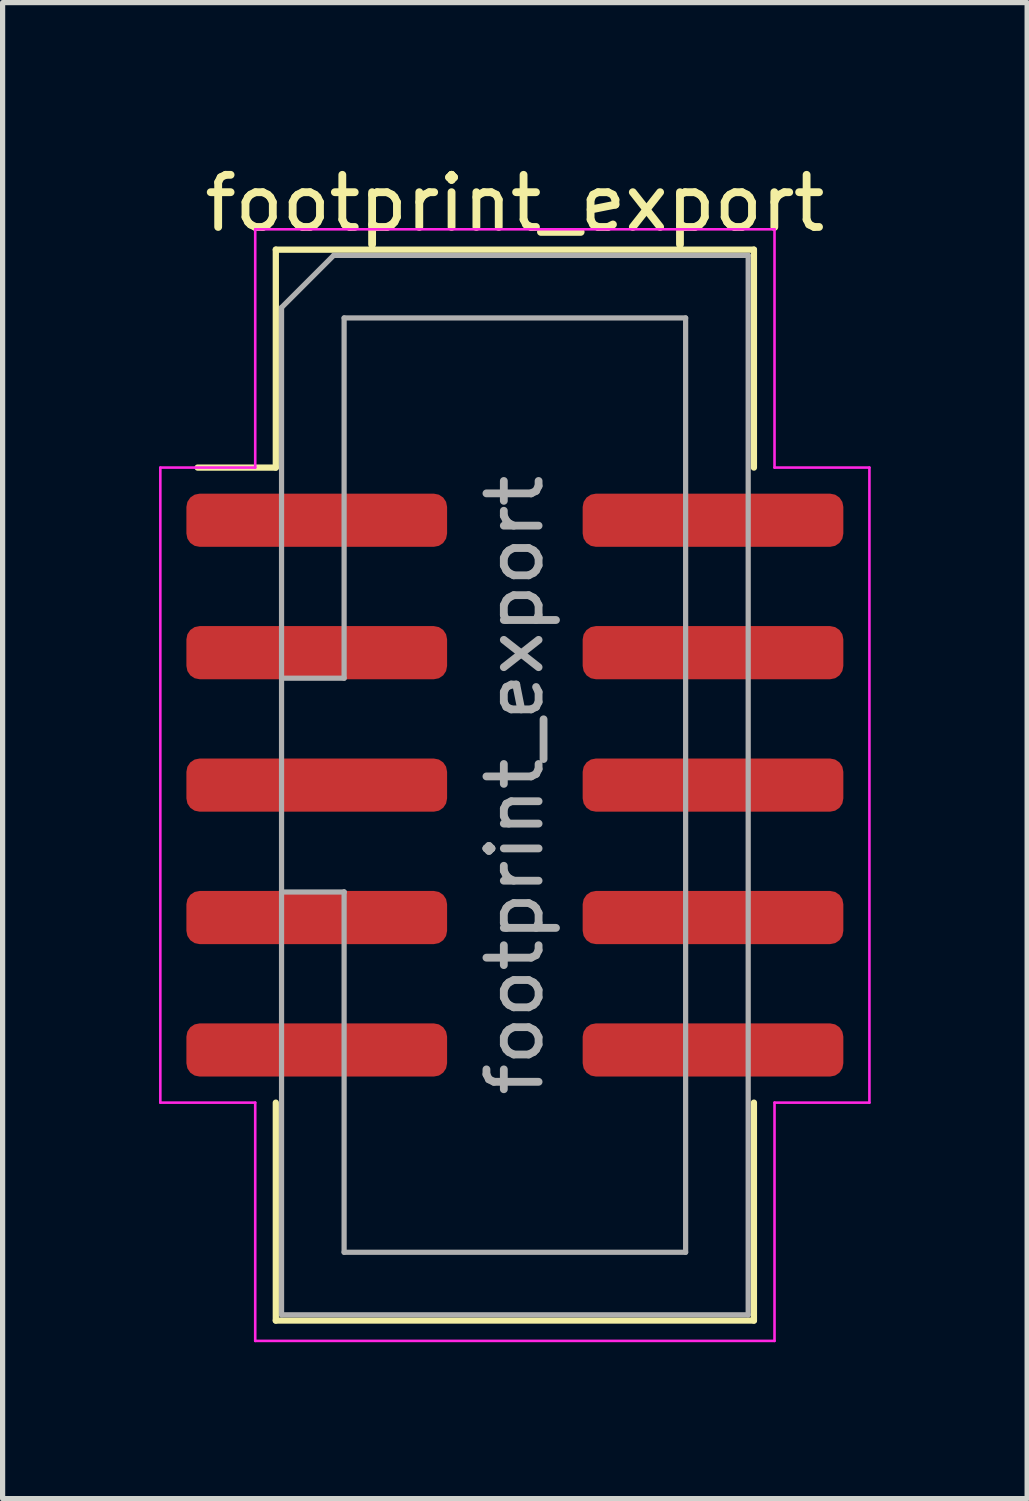
<source format=kicad_pcb>
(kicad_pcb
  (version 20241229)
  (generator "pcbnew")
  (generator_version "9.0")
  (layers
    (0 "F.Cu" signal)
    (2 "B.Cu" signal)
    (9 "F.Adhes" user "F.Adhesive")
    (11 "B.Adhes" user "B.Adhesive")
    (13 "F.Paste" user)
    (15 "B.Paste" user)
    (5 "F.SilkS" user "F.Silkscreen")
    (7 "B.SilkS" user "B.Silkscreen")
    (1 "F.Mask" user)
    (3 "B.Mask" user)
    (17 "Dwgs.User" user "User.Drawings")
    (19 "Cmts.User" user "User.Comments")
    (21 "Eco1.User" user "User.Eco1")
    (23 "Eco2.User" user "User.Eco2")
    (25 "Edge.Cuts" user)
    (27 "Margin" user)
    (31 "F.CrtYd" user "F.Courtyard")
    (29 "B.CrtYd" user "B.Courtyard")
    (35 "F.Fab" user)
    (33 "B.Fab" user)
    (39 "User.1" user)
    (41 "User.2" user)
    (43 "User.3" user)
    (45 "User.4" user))
  (footprint "footprint_export"
    (layer "F.Cu")
    (at 6.825 12.008)
    (property "Reference" "footprint_export" (at 0 -11.16 0) (layer "F.SilkS") (effects (font (size 1 1) (thickness 0.15))))
    (attr smd)
    (fp_line (start -4.585 -10.27) (end 4.585 -10.27) (stroke (width 0.12) (type solid)) (layer "F.SilkS"))
    (fp_line (start -4.585 -6.09) (end -6.085 -6.09) (stroke (width 0.12) (type solid)) (layer "F.SilkS"))
    (fp_line (start -4.585 -6.09) (end -4.585 -10.27) (stroke (width 0.12) (type solid)) (layer "F.SilkS"))
    (fp_line (start -4.585 6.09) (end -4.585 10.27) (stroke (width 0.12) (type solid)) (layer "F.SilkS"))
    (fp_line (start -4.585 10.27) (end 4.585 10.27) (stroke (width 0.12) (type solid)) (layer "F.SilkS"))
    (fp_line (start 4.585 -10.27) (end 4.585 -6.09) (stroke (width 0.12) (type solid)) (layer "F.SilkS"))
    (fp_line (start 4.585 10.27) (end 4.585 6.09) (stroke (width 0.12) (type solid)) (layer "F.SilkS"))
    (fp_line (start -6.8 -6.09) (end -6.8 6.09) (stroke (width 0.05) (type solid)) (layer "F.CrtYd"))
    (fp_line (start -6.8 6.09) (end -4.98 6.09) (stroke (width 0.05) (type solid)) (layer "F.CrtYd"))
    (fp_line (start -4.98 -10.66) (end -4.98 -6.09) (stroke (width 0.05) (type solid)) (layer "F.CrtYd"))
    (fp_line (start -4.98 -6.09) (end -6.8 -6.09) (stroke (width 0.05) (type solid)) (layer "F.CrtYd"))
    (fp_line (start -4.98 6.09) (end -4.98 10.66) (stroke (width 0.05) (type solid)) (layer "F.CrtYd"))
    (fp_line (start -4.98 10.66) (end 4.98 10.66) (stroke (width 0.05) (type solid)) (layer "F.CrtYd"))
    (fp_line (start 4.98 -10.66) (end -4.98 -10.66) (stroke (width 0.05) (type solid)) (layer "F.CrtYd"))
    (fp_line (start 4.98 -6.09) (end 4.98 -10.66) (stroke (width 0.05) (type solid)) (layer "F.CrtYd"))
    (fp_line (start 4.98 6.09) (end 6.8 6.09) (stroke (width 0.05) (type solid)) (layer "F.CrtYd"))
    (fp_line (start 4.98 10.66) (end 4.98 6.09) (stroke (width 0.05) (type solid)) (layer "F.CrtYd"))
    (fp_line (start 6.8 -6.09) (end 4.98 -6.09) (stroke (width 0.05) (type solid)) (layer "F.CrtYd"))
    (fp_line (start 6.8 6.09) (end 6.8 -6.09) (stroke (width 0.05) (type solid)) (layer "F.CrtYd"))
    (fp_line (start -4.475 -9.16) (end -3.475 -10.16) (stroke (width 0.1) (type solid)) (layer "F.Fab"))
    (fp_line (start -4.475 -2.05) (end -3.275 -2.05) (stroke (width 0.1) (type solid)) (layer "F.Fab"))
    (fp_line (start -4.475 10.16) (end -4.475 -9.16) (stroke (width 0.1) (type solid)) (layer "F.Fab"))
    (fp_line (start -3.475 -10.16) (end 4.475 -10.16) (stroke (width 0.1) (type solid)) (layer "F.Fab"))
    (fp_line (start -3.275 -8.96) (end 3.275 -8.96) (stroke (width 0.1) (type solid)) (layer "F.Fab"))
    (fp_line (start -3.275 -2.05) (end -3.275 -8.96) (stroke (width 0.1) (type solid)) (layer "F.Fab"))
    (fp_line (start -3.275 2.05) (end -4.475 2.05) (stroke (width 0.1) (type solid)) (layer "F.Fab"))
    (fp_line (start -3.275 2.05) (end -3.275 2.05) (stroke (width 0.1) (type solid)) (layer "F.Fab"))
    (fp_line (start -3.275 8.96) (end -3.275 2.05) (stroke (width 0.1) (type solid)) (layer "F.Fab"))
    (fp_line (start 3.275 -8.96) (end 3.275 8.96) (stroke (width 0.1) (type solid)) (layer "F.Fab"))
    (fp_line (start 3.275 8.96) (end -3.275 8.96) (stroke (width 0.1) (type solid)) (layer "F.Fab"))
    (fp_line (start 4.475 -10.16) (end 4.475 10.16) (stroke (width 0.1) (type solid)) (layer "F.Fab"))
    (fp_line (start 4.475 10.16) (end -4.475 10.16) (stroke (width 0.1) (type solid)) (layer "F.Fab"))
    (fp_text user "${REFERENCE}" (at 0 0 90) (layer "F.Fab") (effects (font (size 1 1) (thickness 0.15))))
    (pad "1" smd roundrect (at -3.8 -5.08) (size 5 1.02) (layers "F.Cu" "F.Mask" "F.Paste") (roundrect_rratio 0.25))
    (pad "2" smd roundrect (at 3.8 -5.08) (size 5 1.02) (layers "F.Cu" "F.Mask" "F.Paste") (roundrect_rratio 0.25))
    (pad "3" smd roundrect (at -3.8 -2.54) (size 5 1.02) (layers "F.Cu" "F.Mask" "F.Paste") (roundrect_rratio 0.25))
    (pad "4" smd roundrect (at 3.8 -2.54) (size 5 1.02) (layers "F.Cu" "F.Mask" "F.Paste") (roundrect_rratio 0.25))
    (pad "5" smd roundrect (at -3.8 0) (size 5 1.02) (layers "F.Cu" "F.Mask" "F.Paste") (roundrect_rratio 0.25))
    (pad "6" smd roundrect (at 3.8 0) (size 5 1.02) (layers "F.Cu" "F.Mask" "F.Paste") (roundrect_rratio 0.25))
    (pad "7" smd roundrect (at -3.8 2.54) (size 5 1.02) (layers "F.Cu" "F.Mask" "F.Paste") (roundrect_rratio 0.25))
    (pad "8" smd roundrect (at 3.8 2.54) (size 5 1.02) (layers "F.Cu" "F.Mask" "F.Paste") (roundrect_rratio 0.25))
    (pad "9" smd roundrect (at -3.8 5.08) (size 5 1.02) (layers "F.Cu" "F.Mask" "F.Paste") (roundrect_rratio 0.25))
    (pad "10" smd roundrect (at 3.8 5.08) (size 5 1.02) (layers "F.Cu" "F.Mask" "F.Paste") (roundrect_rratio 0.25)))
  (gr_rect
    (start -3 -3)
    (end 16.65 25.693)
    (stroke (width 0.1) (type default))
    (fill no)
    (layer "Edge.Cuts")))
</source>
